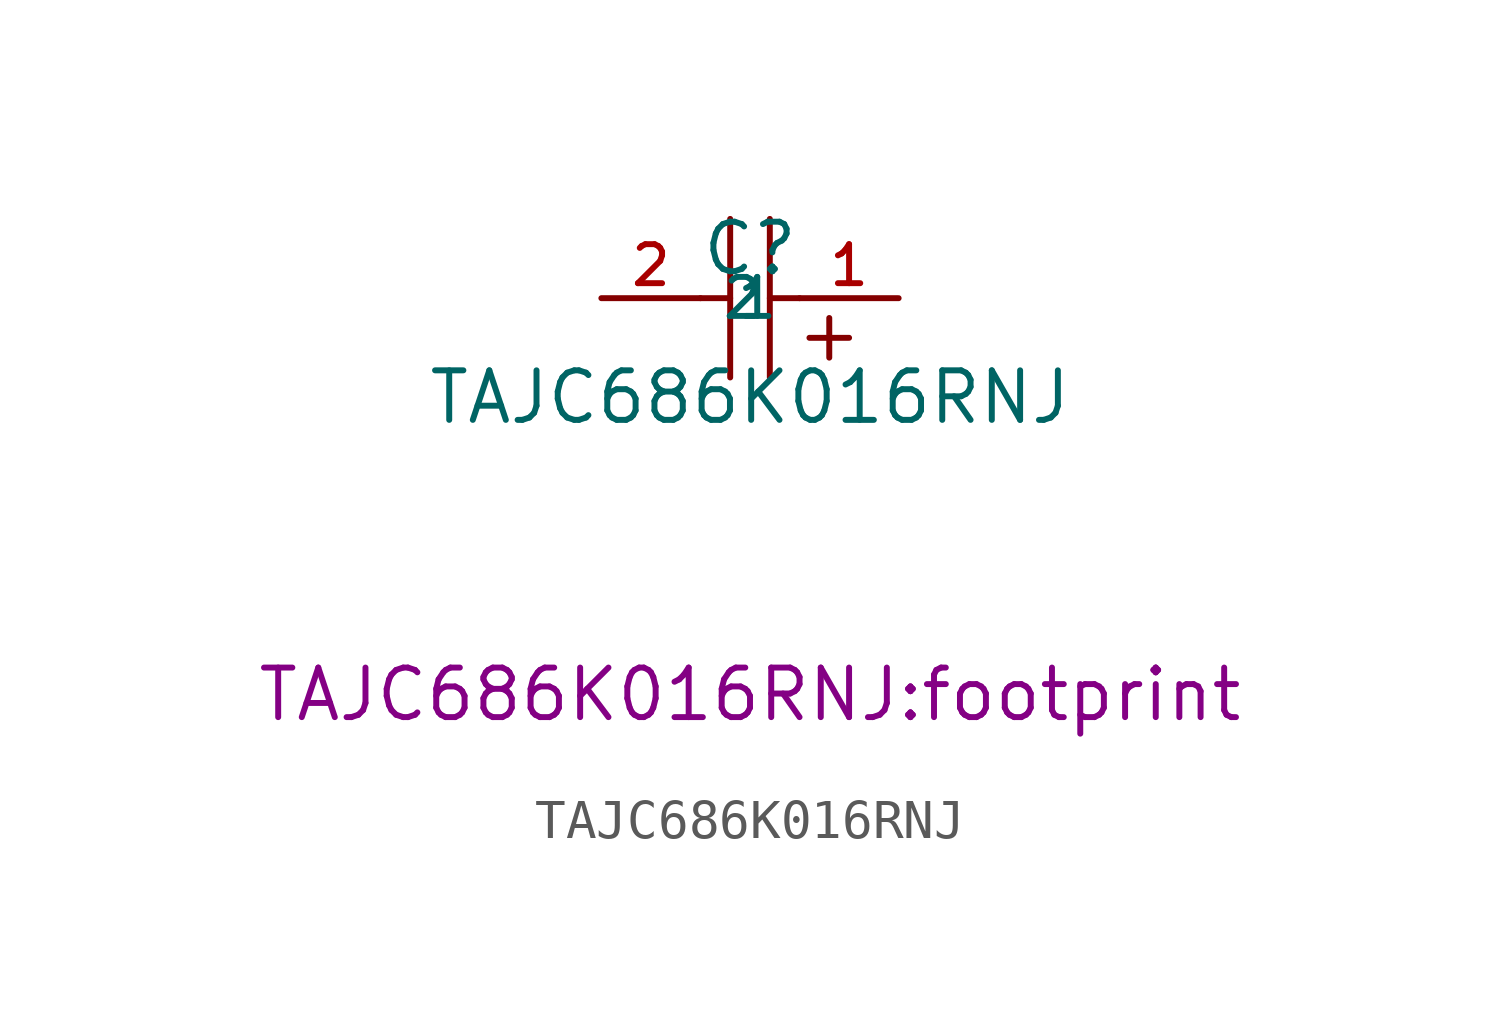
<source format=kicad_sym>
(kicad_symbol_lib
  (version 20210201)
  (generator TousstNicolas/JLC2KiCad_lib)
  (symbol "TAJC686K016RNJ"
    (property "Reference" "C"
      (at 0 1.27 0)
      (effects (font (size 1.27 1.27))))
    (property "Value" "TAJC686K016RNJ"
      (at 0 -2.54 0)
      (effects (font (size 1.27 1.27))))
    (property "Footprint" "TAJC686K016RNJ:footprint"
      (at 0 -10.16 0))
    (symbol "TAJC686K016RNJ_0_1"
      (polyline (pts (xy 0.508 -2.032) (xy 0.508 2.032)) (stroke (width 0) (type default) (color 0 0 0 0)) (fill (type none)))
      (polyline (pts (xy -0.508 -2.032) (xy -0.508 2.032)) (stroke (width 0) (type default) (color 0 0 0 0)) (fill (type none)))
      (pin input line (at 3.81 -0.0 180) (length 2.54) (name "1" (effects (font (size 1 1)))) (number "1" (effects (font (size 1 1)))))
      (pin input line (at -3.81 -0.0 0) (length 2.54) (name "2" (effects (font (size 1 1)))) (number "2" (effects (font (size 1 1)))))
      (polyline (pts (xy 1.27 -0.0) (xy 0.508 -0.0)) (stroke (width 0) (type default) (color 0 0 0 0)) (fill (type none)))
      (polyline (pts (xy -0.508 -0.0) (xy -1.27 -0.0)) (stroke (width 0) (type default) (color 0 0 0 0)) (fill (type none)))
      (polyline (pts (xy 2.54 -1.016) (xy 1.524 -1.016)) (stroke (width 0) (type default) (color 0 0 0 0)) (fill (type none)))
      (polyline (pts (xy 2.032 -1.524) (xy 2.032 -0.508)) (stroke (width 0) (type default) (color 0 0 0 0)) (fill (type none))))))
</source>
